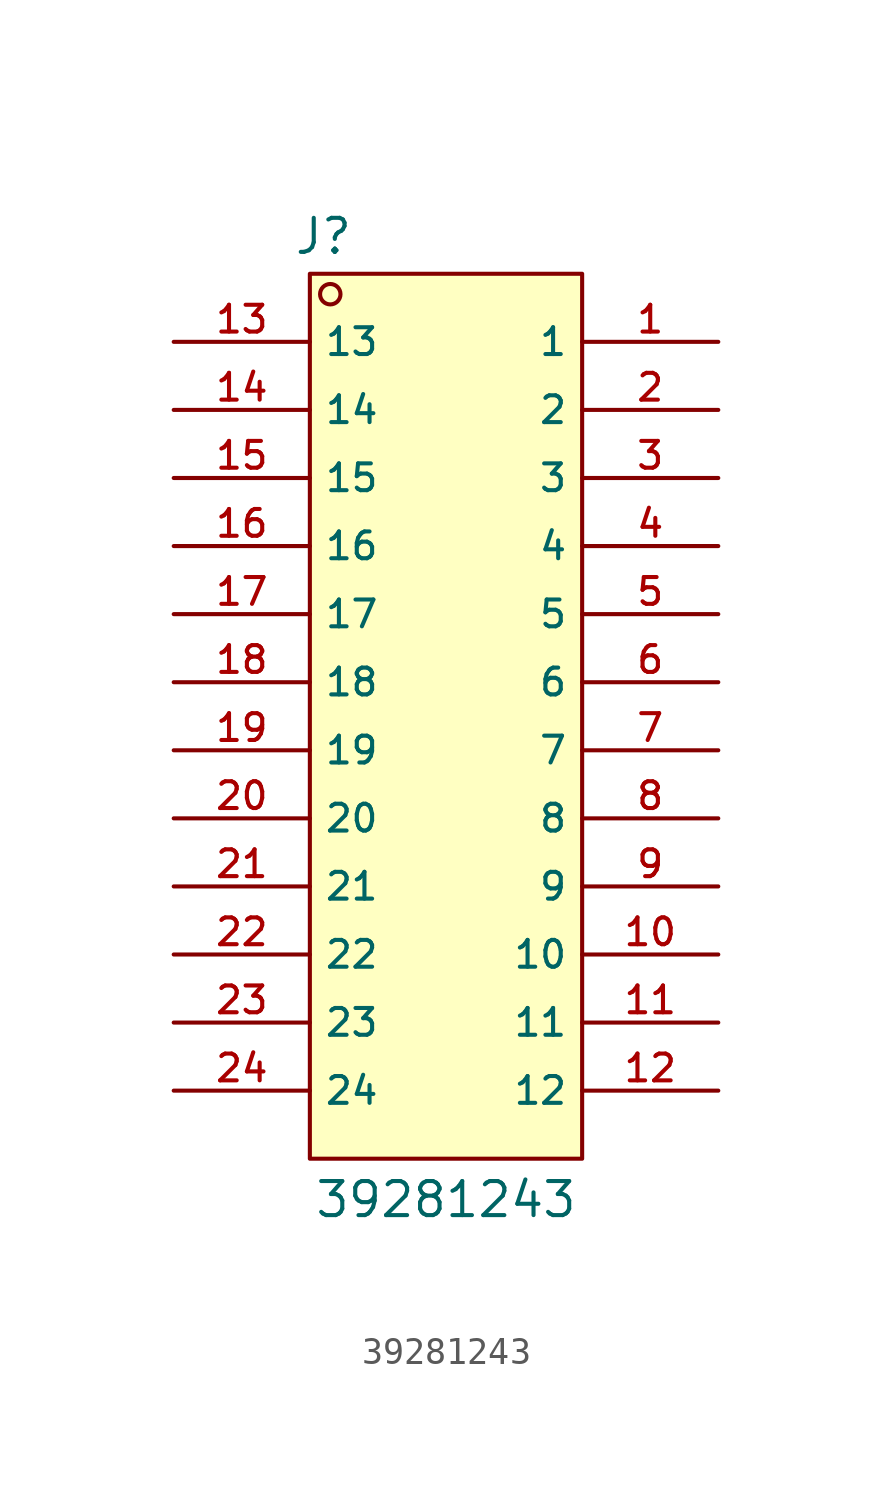
<source format=kicad_sym>
(kicad_symbol_lib
  (version 20241209)
  (generator "kicad_symbol_editor")
  (generator_version "9.0")
  (symbol "39281243"
    (property "Reference" "J"
      (at -4.826 14.224 0)
      (effects (font (size 1.27 1.27))))
    (property "Value" "39281243"
      (at -0.254 -21.717 0)
      (effects (font (size 1.27 1.27))))
    (symbol "39281243_0_1"
      (rectangle (start -5.334 12.827) (end 4.826 -20.193) (stroke (width 0) (type default)) (fill (type background)))
      (circle (center -4.572 12.065) (radius 0.381) (stroke (width 0) (type default)) (fill (type background)))
      (pin unspecified line (at -10.414 10.287 0) (length 5.08) (name "13" (effects (font (size 1 1)))) (number "13" (effects (font (size 1 1)))))
      (pin unspecified line (at -10.414 7.747 0) (length 5.08) (name "14" (effects (font (size 1 1)))) (number "14" (effects (font (size 1 1)))))
      (pin unspecified line (at -10.414 5.207 0) (length 5.08) (name "15" (effects (font (size 1 1)))) (number "15" (effects (font (size 1 1)))))
      (pin unspecified line (at -10.414 2.667 0) (length 5.08) (name "16" (effects (font (size 1 1)))) (number "16" (effects (font (size 1 1)))))
      (pin unspecified line (at -10.414 0.127 0) (length 5.08) (name "17" (effects (font (size 1 1)))) (number "17" (effects (font (size 1 1)))))
      (pin unspecified line (at -10.414 -2.413 0) (length 5.08) (name "18" (effects (font (size 1 1)))) (number "18" (effects (font (size 1 1)))))
      (pin unspecified line (at -10.414 -4.953 0) (length 5.08) (name "19" (effects (font (size 1 1)))) (number "19" (effects (font (size 1 1)))))
      (pin unspecified line (at -10.414 -7.493 0) (length 5.08) (name "20" (effects (font (size 1 1)))) (number "20" (effects (font (size 1 1)))))
      (pin unspecified line (at -10.414 -10.033 0) (length 5.08) (name "21" (effects (font (size 1 1)))) (number "21" (effects (font (size 1 1)))))
      (pin unspecified line (at -10.414 -12.573 0) (length 5.08) (name "22" (effects (font (size 1 1)))) (number "22" (effects (font (size 1 1)))))
      (pin unspecified line (at -10.414 -15.113 0) (length 5.08) (name "23" (effects (font (size 1 1)))) (number "23" (effects (font (size 1 1)))))
      (pin unspecified line (at -10.414 -17.653 0) (length 5.08) (name "24" (effects (font (size 1 1)))) (number "24" (effects (font (size 1 1)))))
      (pin unspecified line (at 9.906 10.287 180) (length 5.08) (name "1" (effects (font (size 1 1)))) (number "1" (effects (font (size 1 1)))))
      (pin unspecified line (at 9.906 7.747 180) (length 5.08) (name "2" (effects (font (size 1 1)))) (number "2" (effects (font (size 1 1)))))
      (pin unspecified line (at 9.906 5.207 180) (length 5.08) (name "3" (effects (font (size 1 1)))) (number "3" (effects (font (size 1 1)))))
      (pin unspecified line (at 9.906 2.667 180) (length 5.08) (name "4" (effects (font (size 1 1)))) (number "4" (effects (font (size 1 1)))))
      (pin unspecified line (at 9.906 0.127 180) (length 5.08) (name "5" (effects (font (size 1 1)))) (number "5" (effects (font (size 1 1)))))
      (pin unspecified line (at 9.906 -2.413 180) (length 5.08) (name "6" (effects (font (size 1 1)))) (number "6" (effects (font (size 1 1)))))
      (pin unspecified line (at 9.906 -4.953 180) (length 5.08) (name "7" (effects (font (size 1 1)))) (number "7" (effects (font (size 1 1)))))
      (pin unspecified line (at 9.906 -7.493 180) (length 5.08) (name "8" (effects (font (size 1 1)))) (number "8" (effects (font (size 1 1)))))
      (pin unspecified line (at 9.906 -10.033 180) (length 5.08) (name "9" (effects (font (size 1 1)))) (number "9" (effects (font (size 1 1)))))
      (pin unspecified line (at 9.906 -12.573 180) (length 5.08) (name "10" (effects (font (size 1 1)))) (number "10" (effects (font (size 1 1)))))
      (pin unspecified line (at 9.906 -15.113 180) (length 5.08) (name "11" (effects (font (size 1 1)))) (number "11" (effects (font (size 1 1)))))
      (pin unspecified line (at 9.906 -17.653 180) (length 5.08) (name "12" (effects (font (size 1 1)))) (number "12" (effects (font (size 1 1))))))))
</source>
